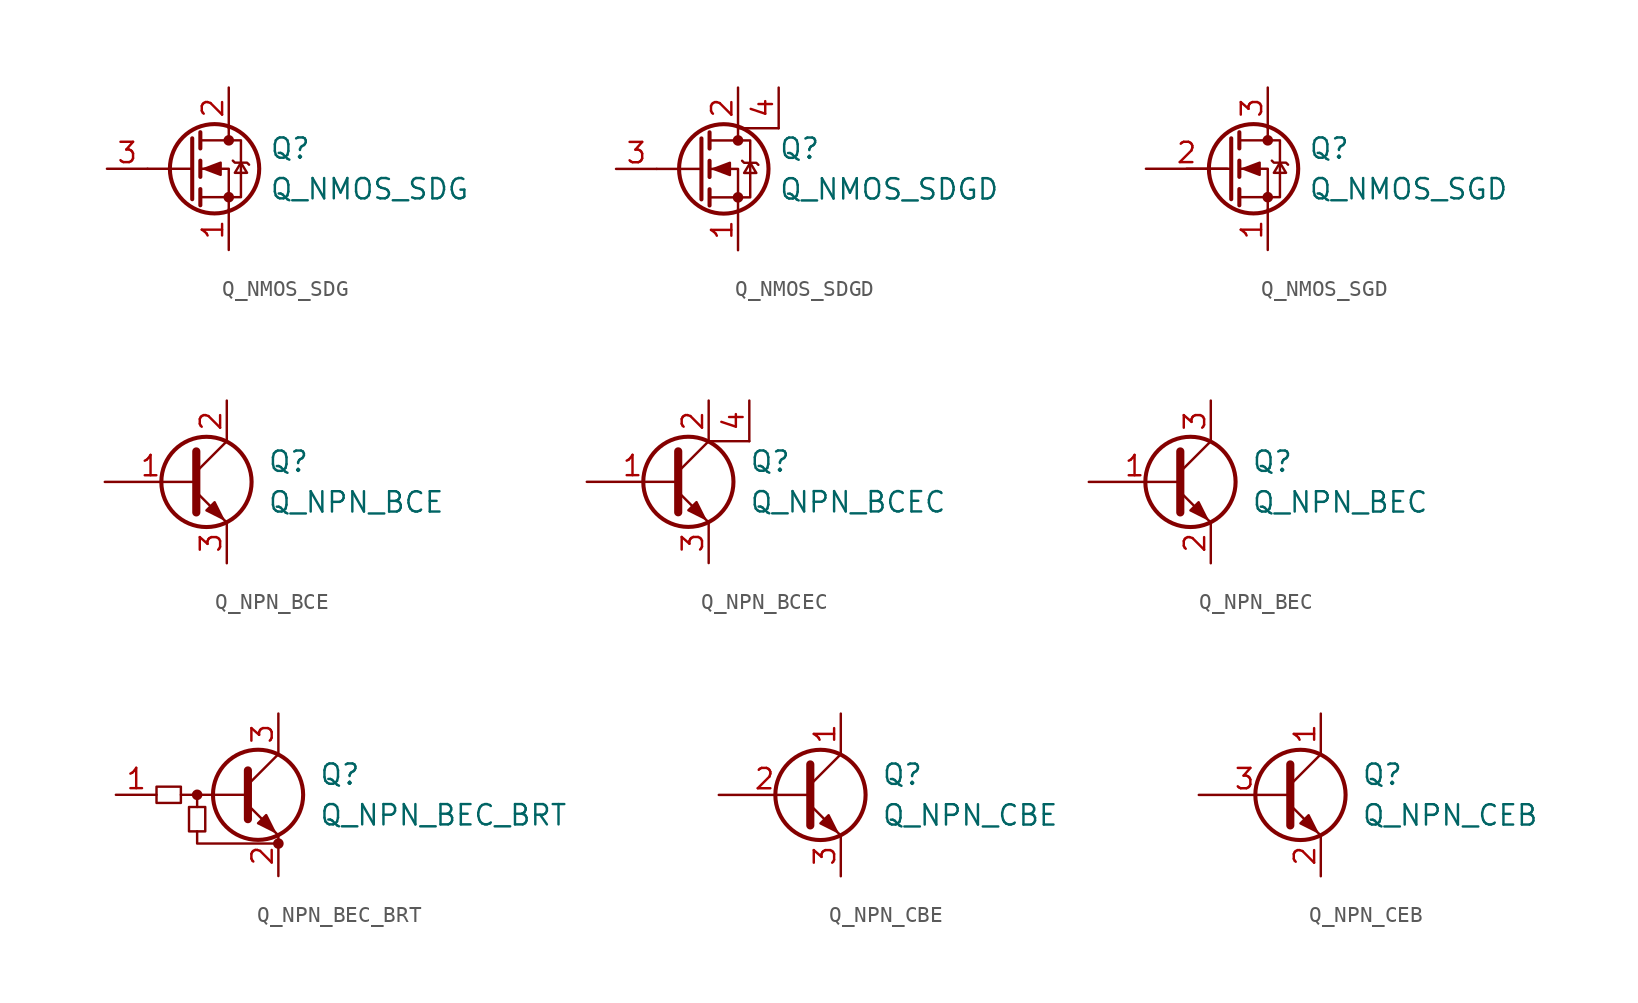
<source format=kicad_sym>
(kicad_symbol_lib
  (version 20241209)
  (generator "kicad_symbol_editor")
  (generator_version "9.0")
  (symbol "Q_NMOS_SDG"
    (pin_names
      (offset 0)
      (hide yes))
    (property "Reference" "Q"
      (at 5.08 1.27 0)
      (effects (font (size 1.27 1.27)) (justify left)))
    (property "Value" "Q_NMOS_SDG"
      (at 5.08 -1.27 0)
      (effects (font (size 1.27 1.27)) (justify left)))
    (symbol "Q_NMOS_SDG_0_1"
      (polyline (pts (xy 0.254 1.905) (xy 0.254 -1.905)) (stroke (width 0.254) (type solid)) (fill (type none)))
      (polyline (pts (xy 0.254 0) (xy -2.54 0)) (stroke (width 0) (type solid)) (fill (type none)))
      (polyline (pts (xy 0.762 2.286) (xy 0.762 1.27)) (stroke (width 0.254) (type solid)) (fill (type none)))
      (polyline (pts (xy 0.762 0.508) (xy 0.762 -0.508)) (stroke (width 0.254) (type solid)) (fill (type none)))
      (polyline (pts (xy 0.762 -1.27) (xy 0.762 -2.286)) (stroke (width 0.254) (type solid)) (fill (type none)))
      (polyline (pts (xy 0.762 -1.778) (xy 3.302 -1.778) (xy 3.302 1.778) (xy 0.762 1.778)) (stroke (width 0) (type solid)) (fill (type none)))
      (polyline (pts (xy 1.016 0) (xy 2.032 0.381) (xy 2.032 -0.381) (xy 1.016 0)) (stroke (width 0) (type solid)) (fill (type outline)))
      (circle (center 1.651 0) (radius 2.794) (stroke (width 0.254) (type solid)) (fill (type none)))
      (polyline (pts (xy 2.54 2.54) (xy 2.54 1.778)) (stroke (width 0) (type solid)) (fill (type none)))
      (circle (center 2.54 1.778) (radius 0.254) (stroke (width 0) (type solid)) (fill (type outline)))
      (circle (center 2.54 -1.778) (radius 0.254) (stroke (width 0) (type solid)) (fill (type outline)))
      (polyline (pts (xy 2.54 -2.54) (xy 2.54 0) (xy 0.762 0)) (stroke (width 0) (type solid)) (fill (type none)))
      (polyline (pts (xy 2.794 0.508) (xy 2.921 0.381) (xy 3.683 0.381) (xy 3.81 0.254)) (stroke (width 0) (type solid)) (fill (type none)))
      (polyline (pts (xy 3.302 0.381) (xy 2.921 -0.254) (xy 3.683 -0.254) (xy 3.302 0.381)) (stroke (width 0) (type solid)) (fill (type none))))
    (symbol "Q_NMOS_SDG_1_1"
      (pin input line (at -5.08 0 0) (length 2.54) (name "G" (effects (font (size 1.27 1.27)))) (number "3" (effects (font (size 1.27 1.27)))))
      (pin passive line (at 2.54 5.08 270) (length 2.54) (name "D" (effects (font (size 1.27 1.27)))) (number "2" (effects (font (size 1.27 1.27)))))
      (pin passive line (at 2.54 -5.08 90) (length 2.54) (name "S" (effects (font (size 1.27 1.27)))) (number "1" (effects (font (size 1.27 1.27)))))))
  (symbol "Q_NMOS_SDGD"
    (pin_names
      (offset 0)
      (hide yes))
    (property "Reference" "Q"
      (at 5.08 1.27 0)
      (effects (font (size 1.27 1.27)) (justify left)))
    (property "Value" "Q_NMOS_SDGD"
      (at 5.08 -1.27 0)
      (effects (font (size 1.27 1.27)) (justify left)))
    (symbol "Q_NMOS_SDGD_0_1"
      (polyline (pts (xy 0.254 1.905) (xy 0.254 -1.905)) (stroke (width 0.254) (type solid)) (fill (type none)))
      (polyline (pts (xy 0.254 0) (xy -2.54 0)) (stroke (width 0) (type solid)) (fill (type none)))
      (polyline (pts (xy 0.762 2.286) (xy 0.762 1.27)) (stroke (width 0.254) (type solid)) (fill (type none)))
      (polyline (pts (xy 0.762 0.508) (xy 0.762 -0.508)) (stroke (width 0.254) (type solid)) (fill (type none)))
      (polyline (pts (xy 0.762 -1.27) (xy 0.762 -2.286)) (stroke (width 0.254) (type solid)) (fill (type none)))
      (polyline (pts (xy 0.762 -1.778) (xy 3.302 -1.778) (xy 3.302 1.778) (xy 0.762 1.778)) (stroke (width 0) (type solid)) (fill (type none)))
      (polyline (pts (xy 1.016 0) (xy 2.032 0.381) (xy 2.032 -0.381) (xy 1.016 0)) (stroke (width 0) (type solid)) (fill (type outline)))
      (circle (center 1.651 0) (radius 2.794) (stroke (width 0.254) (type solid)) (fill (type none)))
      (circle (center 2.54 1.778) (radius 0.254) (stroke (width 0) (type solid)) (fill (type outline)))
      (circle (center 2.54 -1.778) (radius 0.254) (stroke (width 0) (type solid)) (fill (type outline)))
      (polyline (pts (xy 2.54 -2.54) (xy 2.54 0) (xy 0.762 0)) (stroke (width 0) (type solid)) (fill (type none)))
      (polyline (pts (xy 2.794 0.508) (xy 2.921 0.381) (xy 3.683 0.381) (xy 3.81 0.254)) (stroke (width 0) (type solid)) (fill (type none)))
      (polyline (pts (xy 3.302 0.381) (xy 2.921 -0.254) (xy 3.683 -0.254) (xy 3.302 0.381)) (stroke (width 0) (type solid)) (fill (type none)))
      (polyline (pts (xy 5.08 2.54) (xy 2.54 2.54) (xy 2.54 1.778)) (stroke (width 0) (type solid)) (fill (type none))))
    (symbol "Q_NMOS_SDGD_1_1"
      (pin input line (at -5.08 0 0) (length 2.54) (name "G" (effects (font (size 1.27 1.27)))) (number "3" (effects (font (size 1.27 1.27)))))
      (pin passive line (at 2.54 5.08 270) (length 2.54) (name "D" (effects (font (size 1.27 1.27)))) (number "2" (effects (font (size 1.27 1.27)))))
      (pin passive line (at 2.54 -5.08 90) (length 2.54) (name "S" (effects (font (size 1.27 1.27)))) (number "1" (effects (font (size 1.27 1.27)))))
      (pin passive line (at 5.08 5.08 270) (length 2.54) (name "D" (effects (font (size 1.27 1.27)))) (number "4" (effects (font (size 1.27 1.27)))))))
  (symbol "Q_NMOS_SGD"
    (pin_names
      (offset 0)
      (hide yes))
    (property "Reference" "Q"
      (at 5.08 1.27 0)
      (effects (font (size 1.27 1.27)) (justify left)))
    (property "Value" "Q_NMOS_SGD"
      (at 5.08 -1.27 0)
      (effects (font (size 1.27 1.27)) (justify left)))
    (symbol "Q_NMOS_SGD_0_1"
      (polyline (pts (xy 0.254 1.905) (xy 0.254 -1.905)) (stroke (width 0.254) (type solid)) (fill (type none)))
      (polyline (pts (xy 0.254 0) (xy -2.54 0)) (stroke (width 0) (type solid)) (fill (type none)))
      (polyline (pts (xy 0.762 2.286) (xy 0.762 1.27)) (stroke (width 0.254) (type solid)) (fill (type none)))
      (polyline (pts (xy 0.762 0.508) (xy 0.762 -0.508)) (stroke (width 0.254) (type solid)) (fill (type none)))
      (polyline (pts (xy 0.762 -1.27) (xy 0.762 -2.286)) (stroke (width 0.254) (type solid)) (fill (type none)))
      (polyline (pts (xy 0.762 -1.778) (xy 3.302 -1.778) (xy 3.302 1.778) (xy 0.762 1.778)) (stroke (width 0) (type solid)) (fill (type none)))
      (polyline (pts (xy 1.016 0) (xy 2.032 0.381) (xy 2.032 -0.381) (xy 1.016 0)) (stroke (width 0) (type solid)) (fill (type outline)))
      (circle (center 1.651 0) (radius 2.794) (stroke (width 0.254) (type solid)) (fill (type none)))
      (polyline (pts (xy 2.54 2.54) (xy 2.54 1.778)) (stroke (width 0) (type solid)) (fill (type none)))
      (circle (center 2.54 1.778) (radius 0.254) (stroke (width 0) (type solid)) (fill (type outline)))
      (circle (center 2.54 -1.778) (radius 0.254) (stroke (width 0) (type solid)) (fill (type outline)))
      (polyline (pts (xy 2.54 -2.54) (xy 2.54 0) (xy 0.762 0)) (stroke (width 0) (type solid)) (fill (type none)))
      (polyline (pts (xy 2.794 0.508) (xy 2.921 0.381) (xy 3.683 0.381) (xy 3.81 0.254)) (stroke (width 0) (type solid)) (fill (type none)))
      (polyline (pts (xy 3.302 0.381) (xy 2.921 -0.254) (xy 3.683 -0.254) (xy 3.302 0.381)) (stroke (width 0) (type solid)) (fill (type none))))
    (symbol "Q_NMOS_SGD_1_1"
      (pin input line (at -5.08 0 0) (length 5.08) (name "G" (effects (font (size 1.27 1.27)))) (number "2" (effects (font (size 1.27 1.27)))))
      (pin passive line (at 2.54 5.08 270) (length 2.54) (name "D" (effects (font (size 1.27 1.27)))) (number "3" (effects (font (size 1.27 1.27)))))
      (pin passive line (at 2.54 -5.08 90) (length 2.54) (name "S" (effects (font (size 1.27 1.27)))) (number "1" (effects (font (size 1.27 1.27)))))))
  (symbol "Q_NPN_BCE"
    (pin_names
      (offset 0)
      (hide yes))
    (property "Reference" "Q"
      (at 5.08 1.27 0)
      (effects (font (size 1.27 1.27)) (justify left)))
    (property "Value" "Q_NPN_BCE"
      (at 5.08 -1.27 0)
      (effects (font (size 1.27 1.27)) (justify left)))
    (symbol "Q_NPN_BCE_0_1"
      (polyline (pts (xy 0.635 1.905) (xy 0.635 -1.905) (xy 0.635 -1.905)) (stroke (width 0.508) (type solid)) (fill (type none)))
      (polyline (pts (xy 0.635 0.635) (xy 2.54 2.54)) (stroke (width 0) (type solid)) (fill (type none)))
      (polyline (pts (xy 0.635 -0.635) (xy 2.54 -2.54) (xy 2.54 -2.54)) (stroke (width 0) (type solid)) (fill (type none)))
      (circle (center 1.27 0) (radius 2.819) (stroke (width 0.254) (type solid)) (fill (type none)))
      (polyline (pts (xy 1.27 -1.778) (xy 1.778 -1.27) (xy 2.286 -2.286) (xy 1.27 -1.778) (xy 1.27 -1.778)) (stroke (width 0) (type solid)) (fill (type outline))))
    (symbol "Q_NPN_BCE_1_1"
      (pin input line (at -5.08 0 0) (length 5.715) (name "B" (effects (font (size 1.27 1.27)))) (number "1" (effects (font (size 1.27 1.27)))))
      (pin passive line (at 2.54 5.08 270) (length 2.54) (name "C" (effects (font (size 1.27 1.27)))) (number "2" (effects (font (size 1.27 1.27)))))
      (pin passive line (at 2.54 -5.08 90) (length 2.54) (name "E" (effects (font (size 1.27 1.27)))) (number "3" (effects (font (size 1.27 1.27)))))))
  (symbol "Q_NPN_BCEC"
    (pin_names
      (offset 0)
      (hide yes))
    (property "Reference" "Q"
      (at 5.08 1.27 0)
      (effects (font (size 1.27 1.27)) (justify left)))
    (property "Value" "Q_NPN_BCEC"
      (at 5.08 -1.27 0)
      (effects (font (size 1.27 1.27)) (justify left)))
    (symbol "Q_NPN_BCEC_0_1"
      (polyline (pts (xy 0.635 1.905) (xy 0.635 -1.905) (xy 0.635 -1.905)) (stroke (width 0.508) (type solid)) (fill (type none)))
      (polyline (pts (xy 0.635 0.635) (xy 2.54 2.54)) (stroke (width 0) (type solid)) (fill (type none)))
      (polyline (pts (xy 0.635 -0.635) (xy 2.54 -2.54) (xy 2.54 -2.54)) (stroke (width 0) (type solid)) (fill (type none)))
      (circle (center 1.27 0) (radius 2.819) (stroke (width 0.254) (type solid)) (fill (type none)))
      (polyline (pts (xy 1.27 -1.778) (xy 1.778 -1.27) (xy 2.286 -2.286) (xy 1.27 -1.778) (xy 1.27 -1.778)) (stroke (width 0) (type solid)) (fill (type outline)))
      (polyline (pts (xy 2.54 2.54) (xy 5.08 2.54)) (stroke (width 0) (type solid)) (fill (type none))))
    (symbol "Q_NPN_BCEC_1_1"
      (pin input line (at -5.08 0 0) (length 5.715) (name "B" (effects (font (size 1.27 1.27)))) (number "1" (effects (font (size 1.27 1.27)))))
      (pin passive line (at 2.54 5.08 270) (length 2.54) (name "C" (effects (font (size 1.27 1.27)))) (number "2" (effects (font (size 1.27 1.27)))))
      (pin passive line (at 2.54 -5.08 90) (length 2.54) (name "E" (effects (font (size 1.27 1.27)))) (number "3" (effects (font (size 1.27 1.27)))))
      (pin passive line (at 5.08 5.08 270) (length 2.54) (name "C" (effects (font (size 1.27 1.27)))) (number "4" (effects (font (size 1.27 1.27)))))))
  (symbol "Q_NPN_BEC"
    (pin_names
      (offset 0)
      (hide yes))
    (property "Reference" "Q"
      (at 5.08 1.27 0)
      (effects (font (size 1.27 1.27)) (justify left)))
    (property "Value" "Q_NPN_BEC"
      (at 5.08 -1.27 0)
      (effects (font (size 1.27 1.27)) (justify left)))
    (symbol "Q_NPN_BEC_0_1"
      (polyline (pts (xy 0.635 1.905) (xy 0.635 -1.905) (xy 0.635 -1.905)) (stroke (width 0.508) (type solid)) (fill (type none)))
      (polyline (pts (xy 0.635 0.635) (xy 2.54 2.54)) (stroke (width 0) (type solid)) (fill (type none)))
      (polyline (pts (xy 0.635 -0.635) (xy 2.54 -2.54) (xy 2.54 -2.54)) (stroke (width 0) (type solid)) (fill (type none)))
      (circle (center 1.27 0) (radius 2.819) (stroke (width 0.254) (type solid)) (fill (type none)))
      (polyline (pts (xy 1.27 -1.778) (xy 1.778 -1.27) (xy 2.286 -2.286) (xy 1.27 -1.778) (xy 1.27 -1.778)) (stroke (width 0) (type solid)) (fill (type outline))))
    (symbol "Q_NPN_BEC_1_1"
      (pin input line (at -5.08 0 0) (length 5.715) (name "B" (effects (font (size 1.27 1.27)))) (number "1" (effects (font (size 1.27 1.27)))))
      (pin passive line (at 2.54 5.08 270) (length 2.54) (name "C" (effects (font (size 1.27 1.27)))) (number "3" (effects (font (size 1.27 1.27)))))
      (pin passive line (at 2.54 -5.08 90) (length 2.54) (name "E" (effects (font (size 1.27 1.27)))) (number "2" (effects (font (size 1.27 1.27)))))))
  (symbol "Q_NPN_BEC_BRT"
    (pin_names
      (hide yes))
    (property "Reference" "Q"
      (at 3.81 1.27 0)
      (effects (font (size 1.27 1.27)) (justify left)))
    (property "Value" "Q_NPN_BEC_BRT"
      (at 3.81 -1.27 0)
      (effects (font (size 1.27 1.27)) (justify left)))
    (symbol "Q_NPN_BEC_BRT_0_1"
      (rectangle (start -6.35 0.508) (end -4.826 -0.508) (stroke (width 0) (type solid)) (fill (type none)))
      (rectangle (start -4.318 -2.286) (end -3.302 -0.762) (stroke (width 0) (type solid)) (fill (type none)))
      (circle (center -3.81 0) (radius 0.254) (stroke (width 0) (type solid)) (fill (type outline)))
      (polyline (pts (xy -3.81 -0.762) (xy -3.81 0)) (stroke (width 0) (type solid)) (fill (type none)))
      (polyline (pts (xy -3.81 -2.286) (xy -3.81 -3.048) (xy 1.27 -3.048)) (stroke (width 0) (type solid)) (fill (type none)))
      (polyline (pts (xy -0.762 0) (xy -4.826 0)) (stroke (width 0) (type solid)) (fill (type none)))
      (polyline (pts (xy -0.635 1.524) (xy -0.635 -1.524)) (stroke (width 0.508) (type solid)) (fill (type none)))
      (circle (center 1.27 -3.048) (radius 0.254) (stroke (width 0) (type solid)) (fill (type outline))))
    (symbol "Q_NPN_BEC_BRT_1_1"
      (polyline (pts (xy -0.635 0.635) (xy 1.27 2.54)) (stroke (width 0) (type solid)) (fill (type none)))
      (polyline (pts (xy -0.635 -0.635) (xy 1.27 -2.54) (xy 1.27 -2.54)) (stroke (width 0) (type solid)) (fill (type none)))
      (circle (center 0 0) (radius 2.819) (stroke (width 0.254) (type solid)) (fill (type none)))
      (polyline (pts (xy 0 -1.778) (xy 0.508 -1.27) (xy 1.016 -2.286) (xy 0 -1.778) (xy 0 -1.778)) (stroke (width 0) (type solid)) (fill (type outline)))
      (pin input line (at -8.89 0 0) (length 2.54) (name "B" (effects (font (size 1.27 1.27)))) (number "1" (effects (font (size 1.27 1.27)))))
      (pin passive line (at 1.27 5.08 270) (length 2.54) (name "C" (effects (font (size 1.27 1.27)))) (number "3" (effects (font (size 1.27 1.27)))))
      (pin passive line (at 1.27 -5.08 90) (length 2.54) (name "E" (effects (font (size 1.27 1.27)))) (number "2" (effects (font (size 1.27 1.27)))))))
  (symbol "Q_NPN_CBE"
    (pin_names
      (offset 0)
      (hide yes))
    (property "Reference" "Q"
      (at 5.08 1.27 0)
      (effects (font (size 1.27 1.27)) (justify left)))
    (property "Value" "Q_NPN_CBE"
      (at 5.08 -1.27 0)
      (effects (font (size 1.27 1.27)) (justify left)))
    (symbol "Q_NPN_CBE_0_1"
      (polyline (pts (xy 0.635 1.905) (xy 0.635 -1.905) (xy 0.635 -1.905)) (stroke (width 0.508) (type solid)) (fill (type none)))
      (polyline (pts (xy 0.635 0.635) (xy 2.54 2.54)) (stroke (width 0) (type solid)) (fill (type none)))
      (polyline (pts (xy 0.635 -0.635) (xy 2.54 -2.54) (xy 2.54 -2.54)) (stroke (width 0) (type solid)) (fill (type none)))
      (circle (center 1.27 0) (radius 2.819) (stroke (width 0.254) (type solid)) (fill (type none)))
      (polyline (pts (xy 1.27 -1.778) (xy 1.778 -1.27) (xy 2.286 -2.286) (xy 1.27 -1.778) (xy 1.27 -1.778)) (stroke (width 0) (type solid)) (fill (type outline))))
    (symbol "Q_NPN_CBE_1_1"
      (pin input line (at -5.08 0 0) (length 5.715) (name "B" (effects (font (size 1.27 1.27)))) (number "2" (effects (font (size 1.27 1.27)))))
      (pin passive line (at 2.54 5.08 270) (length 2.54) (name "C" (effects (font (size 1.27 1.27)))) (number "1" (effects (font (size 1.27 1.27)))))
      (pin passive line (at 2.54 -5.08 90) (length 2.54) (name "E" (effects (font (size 1.27 1.27)))) (number "3" (effects (font (size 1.27 1.27)))))))
  (symbol "Q_NPN_CEB"
    (pin_names
      (offset 0)
      (hide yes))
    (property "Reference" "Q"
      (at 5.08 1.27 0)
      (effects (font (size 1.27 1.27)) (justify left)))
    (property "Value" "Q_NPN_CEB"
      (at 5.08 -1.27 0)
      (effects (font (size 1.27 1.27)) (justify left)))
    (symbol "Q_NPN_CEB_0_1"
      (polyline (pts (xy 0.635 1.905) (xy 0.635 -1.905) (xy 0.635 -1.905)) (stroke (width 0.508) (type solid)) (fill (type none)))
      (polyline (pts (xy 0.635 0.635) (xy 2.54 2.54)) (stroke (width 0) (type solid)) (fill (type none)))
      (polyline (pts (xy 0.635 -0.635) (xy 2.54 -2.54) (xy 2.54 -2.54)) (stroke (width 0) (type solid)) (fill (type none)))
      (circle (center 1.27 0) (radius 2.819) (stroke (width 0.254) (type solid)) (fill (type none)))
      (polyline (pts (xy 1.27 -1.778) (xy 1.778 -1.27) (xy 2.286 -2.286) (xy 1.27 -1.778) (xy 1.27 -1.778)) (stroke (width 0) (type solid)) (fill (type outline))))
    (symbol "Q_NPN_CEB_1_1"
      (pin input line (at -5.08 0 0) (length 5.715) (name "B" (effects (font (size 1.27 1.27)))) (number "3" (effects (font (size 1.27 1.27)))))
      (pin passive line (at 2.54 5.08 270) (length 2.54) (name "C" (effects (font (size 1.27 1.27)))) (number "1" (effects (font (size 1.27 1.27)))))
      (pin passive line (at 2.54 -5.08 90) (length 2.54) (name "E" (effects (font (size 1.27 1.27)))) (number "2" (effects (font (size 1.27 1.27))))))))
</source>
